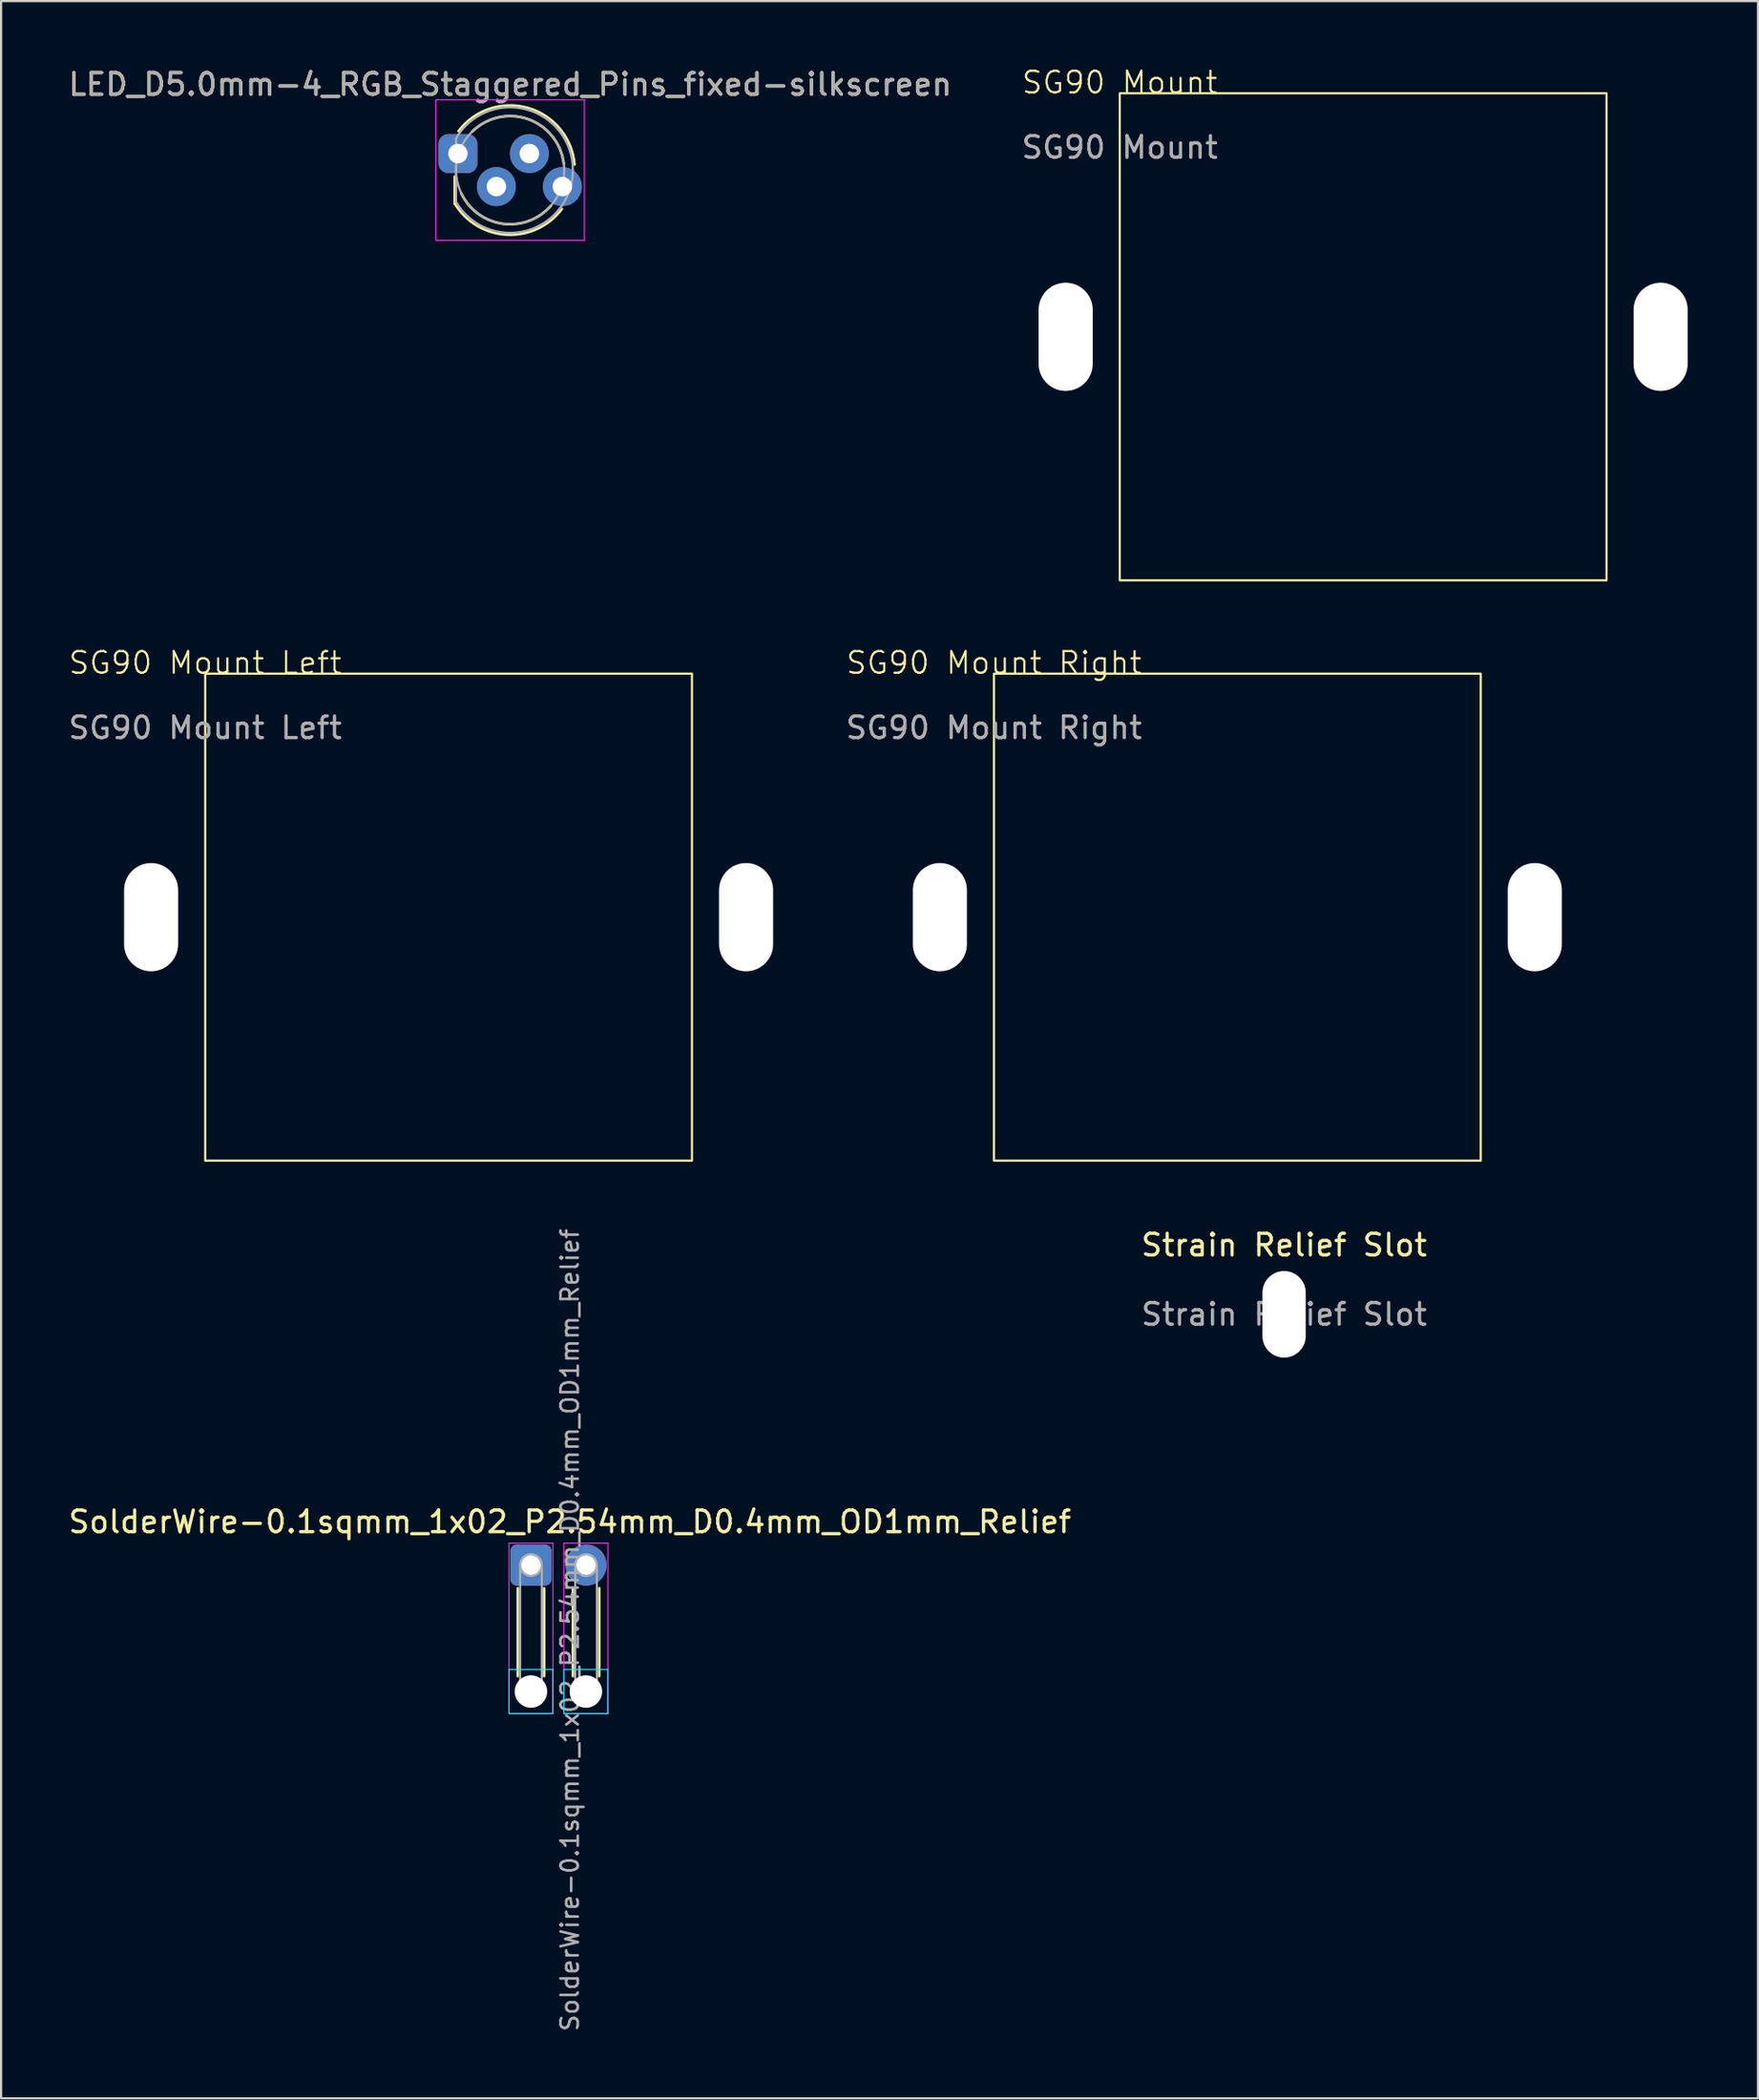
<source format=kicad_pcb>
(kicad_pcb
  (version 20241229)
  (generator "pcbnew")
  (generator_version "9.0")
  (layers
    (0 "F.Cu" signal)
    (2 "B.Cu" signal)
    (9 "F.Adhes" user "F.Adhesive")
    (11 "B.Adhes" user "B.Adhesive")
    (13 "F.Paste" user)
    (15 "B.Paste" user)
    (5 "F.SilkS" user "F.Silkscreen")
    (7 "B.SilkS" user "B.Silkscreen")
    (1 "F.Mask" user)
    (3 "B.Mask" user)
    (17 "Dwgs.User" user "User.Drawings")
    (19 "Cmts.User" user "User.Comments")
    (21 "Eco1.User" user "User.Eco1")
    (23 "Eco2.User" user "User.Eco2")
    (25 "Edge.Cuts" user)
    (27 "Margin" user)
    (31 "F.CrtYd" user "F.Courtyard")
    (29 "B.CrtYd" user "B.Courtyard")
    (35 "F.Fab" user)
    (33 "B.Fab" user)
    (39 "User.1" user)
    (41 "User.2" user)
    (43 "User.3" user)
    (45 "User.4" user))
  (footprint "LED_D5.0mm-4_RGB_Staggered_Pins_fixed-silkscreen"
    (layer "F.Cu")
    (at 18.117 4.046)
    (property "Reference" "LED_D5.0mm-4_RGB_Staggered_Pins_fixed-silkscreen" (at 2.413 -3.198 0) (layer "F.SilkS") (effects (font (size 1 1) (thickness 0.15))))
    (attr through_hole)
    (fp_line (start -0.147 1.061) (end -0.147 2.307) (stroke (width 0.12) (type solid)) (layer "F.SilkS"))
    (fp_arc (start 0.028 -1.038) (mid 3.238737 -2.109652) (end 5.389836 0.503784) (stroke (width 0.12) (type solid)) (layer "F.SilkS"))
    (fp_arc (start 0.660401 -1.015999) (mid 3.242766 -1.592649) (end 4.89309 0.475579) (stroke (width 0.12) (type solid)) (layer "F.SilkS"))
    (fp_arc (start 4.292599 2.412999) (mid 2.071296 3.240292) (end 0.15675 1.842754) (stroke (width 0.12) (type solid)) (layer "F.SilkS"))
    (fp_arc (start 4.804334 2.556887) (mid 2.262188 3.748194) (end -0.147 2.30683) (stroke (width 0.12) (type solid)) (layer "F.SilkS"))
    (fp_line (start -1.02 -2.49) (end 5.84 -2.49) (stroke (width 0.05) (type solid)) (layer "F.CrtYd"))
    (fp_line (start -1.02 4.01) (end -1.02 -2.49) (stroke (width 0.05) (type solid)) (layer "F.CrtYd"))
    (fp_line (start 5.84 -2.49) (end 5.84 4.01) (stroke (width 0.05) (type solid)) (layer "F.CrtYd"))
    (fp_line (start 5.84 4.01) (end -1.02 4.01) (stroke (width 0.05) (type solid)) (layer "F.CrtYd"))
    (fp_line (start -0.087 -0.708) (end -0.087 2.232) (stroke (width 0.1) (type solid)) (layer "F.Fab"))
    (fp_arc (start -0.087 -0.707694) (mid 5.313 0.762016) (end -0.087016 2.231666) (stroke (width 0.1) (type solid)) (layer "F.Fab"))
    (fp_circle (center 2.413 0.762) (end 4.913 0.762) (stroke (width 0.1) (type solid)) (fill no) (layer "F.Fab"))
    (fp_text user "${REFERENCE}" (at 2.413 -3.198 0) (layer "F.Fab") (effects (font (size 1 1) (thickness 0.15))))
    (pad "1" thru_hole roundrect (at 0 0) (size 1.8 1.8) (drill 0.9) (layers "*.Cu" "*.Mask") (roundrect_rratio 0.25))
    (pad "2" thru_hole circle (at 1.778 1.524) (size 1.8 1.8) (drill 0.9) (layers "*.Cu" "*.Mask"))
    (pad "3" thru_hole circle (at 3.302 0) (size 1.8 1.8) (drill 0.9) (layers "*.Cu" "*.Mask"))
    (pad "4" thru_hole circle (at 4.826 1.524) (size 1.8 1.8) (drill 0.9) (layers "*.Cu" "*.Mask")))
  (footprint "SolderWire-0.1sqmm_1x02_P2.54mm_D0.4mm_OD1mm_Relief"
    (layer "F.Cu")
    (at 21.492 69.254)
    (property "Reference" "SolderWire-0.1sqmm_1x02_P2.54mm_D0.4mm_OD1mm_Relief" (at 1.8 -2 0) (layer "F.SilkS") (effects (font (size 1 1) (thickness 0.15))))
    (attr exclude_from_pos_files exclude_from_bom)
    (fp_line (start -0.61 1.067) (end -0.61 5.131) (stroke (width 0.12) (type solid)) (layer "F.SilkS"))
    (fp_line (start 0.61 1.067) (end 0.61 5.131) (stroke (width 0.12) (type solid)) (layer "F.SilkS"))
    (fp_line (start 1.938 1.067) (end 1.938 5.131) (stroke (width 0.12) (type solid)) (layer "F.SilkS"))
    (fp_line (start 3.158 1.067) (end 3.158 5.131) (stroke (width 0.12) (type solid)) (layer "F.SilkS"))
    (fp_line (start -1.016 4.826) (end -1.016 6.858) (stroke (width 0.05) (type solid)) (layer "B.CrtYd"))
    (fp_line (start -1.016 6.858) (end 1.016 6.858) (stroke (width 0.05) (type solid)) (layer "B.CrtYd"))
    (fp_line (start 1.016 4.826) (end -1.016 4.826) (stroke (width 0.05) (type solid)) (layer "B.CrtYd"))
    (fp_line (start 1.016 6.858) (end 1.016 4.826) (stroke (width 0.05) (type solid)) (layer "B.CrtYd"))
    (fp_line (start 1.524 4.826) (end 1.524 6.858) (stroke (width 0.05) (type solid)) (layer "B.CrtYd"))
    (fp_line (start 1.524 6.858) (end 3.556 6.858) (stroke (width 0.05) (type solid)) (layer "B.CrtYd"))
    (fp_line (start 3.556 4.826) (end 1.524 4.826) (stroke (width 0.05) (type solid)) (layer "B.CrtYd"))
    (fp_line (start 3.556 6.858) (end 3.556 4.826) (stroke (width 0.05) (type solid)) (layer "B.CrtYd"))
    (fp_line (start -1.016 -1.016) (end -1.016 6.858) (stroke (width 0.05) (type solid)) (layer "F.CrtYd"))
    (fp_line (start -1.016 6.858) (end 1.016 6.858) (stroke (width 0.05) (type solid)) (layer "F.CrtYd"))
    (fp_line (start 1.016 -1.016) (end -1.016 -1.016) (stroke (width 0.05) (type solid)) (layer "F.CrtYd"))
    (fp_line (start 1.016 6.858) (end 1.016 -1.016) (stroke (width 0.05) (type solid)) (layer "F.CrtYd"))
    (fp_line (start 1.524 -1.016) (end 1.524 6.858) (stroke (width 0.05) (type solid)) (layer "F.CrtYd"))
    (fp_line (start 1.524 6.858) (end 3.556 6.858) (stroke (width 0.05) (type solid)) (layer "F.CrtYd"))
    (fp_line (start 3.556 -1.016) (end 1.524 -1.016) (stroke (width 0.05) (type solid)) (layer "F.CrtYd"))
    (fp_line (start 3.556 6.858) (end 3.556 -1.016) (stroke (width 0.05) (type solid)) (layer "F.CrtYd"))
    (fp_line (start -0.5 0) (end -0.5 6) (stroke (width 0.1) (type solid)) (layer "F.Fab"))
    (fp_line (start 0.5 0) (end 0.5 6) (stroke (width 0.1) (type solid)) (layer "F.Fab"))
    (fp_line (start 2.048 0) (end 2.048 6) (stroke (width 0.1) (type solid)) (layer "F.Fab"))
    (fp_line (start 3.048 0) (end 3.048 6) (stroke (width 0.1) (type solid)) (layer "F.Fab"))
    (fp_circle (center 0 0) (end 0.5 0) (stroke (width 0.1) (type solid)) (fill no) (layer "F.Fab"))
    (fp_circle (center 0 5.842) (end 0.5 5.842) (stroke (width 0.1) (type solid)) (fill no) (layer "F.Fab"))
    (fp_circle (center 2.548 0) (end 3.048 0) (stroke (width 0.1) (type solid)) (fill no) (layer "F.Fab"))
    (fp_circle (center 2.548 5.842) (end 3.048 5.842) (stroke (width 0.1) (type solid)) (fill no) (layer "F.Fab"))
    (fp_text user "${REFERENCE}" (at 1.8 3 90) (layer "F.Fab") (effects (font (size 0.8 0.8) (thickness 0.12))))
    (pad "" np_thru_hole circle (at 0 5.842) (size 1.5 1.5) (drill 1.5) (layers "*.Cu" "*.Mask"))
    (pad "" np_thru_hole circle (at 2.54 5.842) (size 1.5 1.5) (drill 1.5) (layers "*.Cu" "*.Mask"))
    (pad "1" thru_hole roundrect (at 0 0) (size 1.9 1.9) (drill 0.9) (layers "*.Cu" "*.Mask") (roundrect_rratio 0.156))
    (pad "2" thru_hole circle (at 2.548 0) (size 1.9 1.9) (drill 0.9) (layers "*.Cu" "*.Mask")))
  (footprint "SG90 Mount Left"
    (layer "F.Cu")
    (at 6.435 28.071)
    (property "Reference" "SG90 Mount Left" (at 0 -0.5 0) (unlocked yes) (layer "F.SilkS") (effects (font (size 1 1) (thickness 0.1))))
    (attr through_hole)
    (fp_rect (start 0 0) (end 22.5 22.5) (stroke (width 0.1) (type default)) (fill no) (layer "F.SilkS"))
    (fp_text user "${REFERENCE}" (at 0 2.5 0) (unlocked yes) (layer "F.Fab") (effects (font (size 1 1) (thickness 0.15))))
    (pad "" np_thru_hole oval (at -2.5 11.25) (size 2.5 5) (drill oval 2.5 5) (layers "*.Cu" "*.Mask"))
    (pad "" np_thru_hole oval (at 25 11.25) (size 2.5 5) (drill oval 2.5 5) (layers "*.Cu" "*.Mask"))
    (zone (net_name "") (layer "F.CrtYd") (hatch edge 0.5) (connect_pads) (min_thickness 0.25) (filled_areas_thickness no) (keepout (tracks allowed) (vias allowed) (pads not_allowed) (copperpour allowed) (footprints not_allowed)) (placement (enabled no)) (fill) (polygon (pts (xy 2.435 28.071) (xy 32.935 28.071) (xy 32.935 50.571) (xy 2.435 50.571)))))
  (footprint "SG90 Mount Right"
    (layer "F.Cu")
    (at 42.893 28.071)
    (property "Reference" "SG90 Mount Right" (at 0 -0.5 0) (unlocked yes) (layer "F.SilkS") (effects (font (size 1 1) (thickness 0.1))))
    (attr through_hole)
    (fp_rect (start 0 0) (end 22.5 22.5) (stroke (width 0.1) (type default)) (fill no) (layer "F.SilkS"))
    (fp_text user "${REFERENCE}" (at 0 2.5 0) (unlocked yes) (layer "F.Fab") (effects (font (size 1 1) (thickness 0.15))))
    (pad "" np_thru_hole oval (at -2.5 11.25) (size 2.5 5) (drill oval 2.5 5) (layers "*.Cu" "*.Mask"))
    (pad "" np_thru_hole oval (at 25 11.25) (size 2.5 5) (drill oval 2.5 5) (layers "*.Cu" "*.Mask"))
    (zone (net_name "") (layer "F.CrtYd") (hatch edge 0.5) (connect_pads) (min_thickness 0.25) (filled_areas_thickness no) (keepout (tracks allowed) (vias allowed) (pads not_allowed) (copperpour allowed) (footprints not_allowed)) (placement (enabled no)) (fill) (polygon (pts (xy 38.893 28.071) (xy 69.393 28.071) (xy 69.393 50.571) (xy 38.893 50.571)))))
  (footprint "SG90 Mount"
    (layer "F.Cu")
    (at 48.708 1.26)
    (property "Reference" "SG90 Mount" (at 0 -0.5 0) (unlocked yes) (layer "F.SilkS") (effects (font (size 1 1) (thickness 0.1))))
    (attr through_hole)
    (fp_rect (start 0 0) (end 22.5 22.5) (stroke (width 0.1) (type default)) (fill no) (layer "F.SilkS"))
    (fp_text user "${REFERENCE}" (at 0 2.5 0) (unlocked yes) (layer "F.Fab") (effects (font (size 1 1) (thickness 0.15))))
    (pad "" np_thru_hole oval (at -2.5 11.25) (size 2.5 5) (drill oval 2.5 5) (layers "*.Cu" "*.Mask"))
    (pad "" np_thru_hole oval (at 25 11.25) (size 2.5 5) (drill oval 2.5 5) (layers "*.Cu" "*.Mask"))
    (zone (net_name "") (layer "F.CrtYd") (hatch edge 0.5) (connect_pads) (min_thickness 0.25) (filled_areas_thickness no) (keepout (tracks allowed) (vias allowed) (pads not_allowed) (copperpour allowed) (footprints not_allowed)) (placement (enabled no)) (fill) (polygon (pts (xy 44.708 1.26) (xy 75.208 1.26) (xy 75.208 23.761) (xy 44.708 23.761)))))
  (footprint "Strain Relief Slot"
    (layer "F.Cu")
    (at 56.304 57.669)
    (property "Reference" "Strain Relief Slot" (at 0 -3.2 0) (layer "F.SilkS") (effects (font (size 1 1) (thickness 0.15))))
    (attr exclude_from_pos_files exclude_from_bom)
    (fp_text user "${REFERENCE}" (at 0 0 0) (layer "F.Fab") (effects (font (size 1 1) (thickness 0.15))))
    (pad "" np_thru_hole oval (at 0 0) (size 2 4) (drill oval 2 4) (layers "*.Cu" "*.Mask")))
  (gr_rect
    (start -3 -3)
    (end 78.208 93.888)
    (stroke (width 0.1) (type default))
    (fill no)
    (layer "Edge.Cuts")))
</source>
